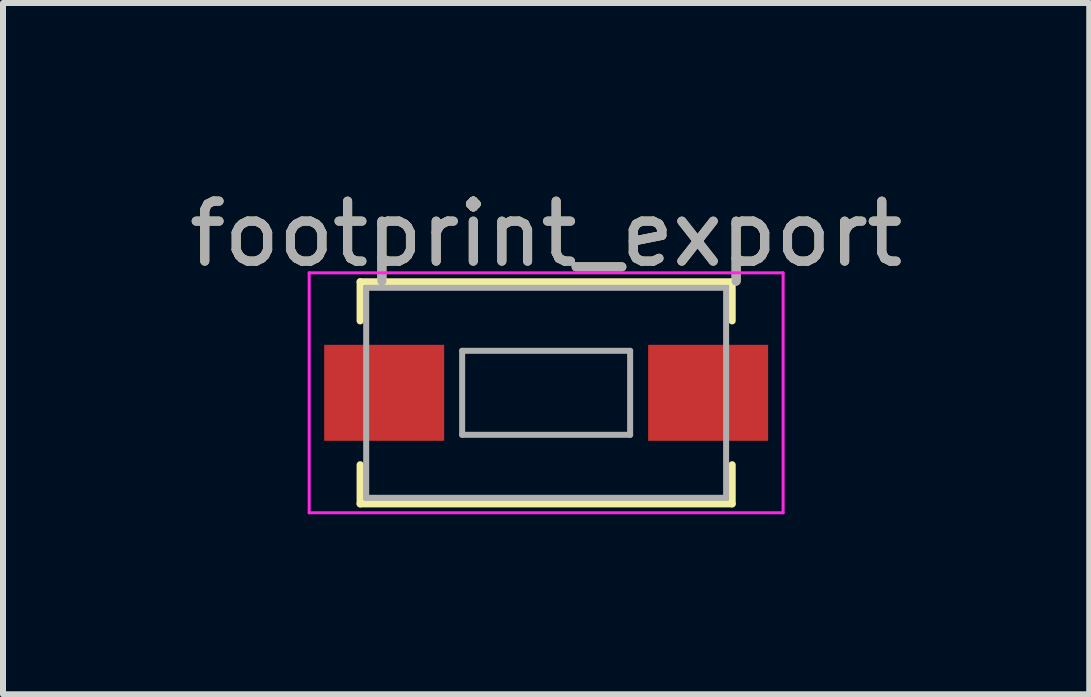
<source format=kicad_pcb>
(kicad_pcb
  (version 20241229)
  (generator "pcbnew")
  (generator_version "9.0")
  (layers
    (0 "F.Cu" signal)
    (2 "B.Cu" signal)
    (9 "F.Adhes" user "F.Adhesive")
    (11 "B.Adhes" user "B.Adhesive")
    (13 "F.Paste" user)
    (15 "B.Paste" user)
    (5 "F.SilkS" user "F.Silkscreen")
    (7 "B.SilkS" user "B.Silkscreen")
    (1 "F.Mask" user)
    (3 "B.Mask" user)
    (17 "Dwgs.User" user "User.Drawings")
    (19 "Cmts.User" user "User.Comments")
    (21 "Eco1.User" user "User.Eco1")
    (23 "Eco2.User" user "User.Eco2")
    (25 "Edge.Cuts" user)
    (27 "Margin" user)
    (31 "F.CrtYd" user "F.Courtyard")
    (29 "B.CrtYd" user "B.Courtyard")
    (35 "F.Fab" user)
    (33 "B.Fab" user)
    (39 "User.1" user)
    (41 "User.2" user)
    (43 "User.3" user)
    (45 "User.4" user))
  (footprint "footprint_export"
    (layer "F.Cu")
    (at 6.054 3.498)
    (property "Reference" "footprint_export" (at 0 -2.65 0) (layer "F.SilkS") (effects (font (size 1 1) (thickness 0.15))))
    (attr smd)
    (fp_line (start -3.1 -1.85) (end -3.1 -1.2) (stroke (width 0.12) (type solid)) (layer "F.SilkS"))
    (fp_line (start -3.1 1.2) (end -3.1 1.85) (stroke (width 0.12) (type solid)) (layer "F.SilkS"))
    (fp_line (start -3.1 1.85) (end 3.1 1.85) (stroke (width 0.12) (type solid)) (layer "F.SilkS"))
    (fp_line (start 3.1 -1.85) (end -3.1 -1.85) (stroke (width 0.12) (type solid)) (layer "F.SilkS"))
    (fp_line (start 3.1 -1.85) (end 3.1 -1.2) (stroke (width 0.12) (type solid)) (layer "F.SilkS"))
    (fp_line (start 3.1 1.85) (end 3.1 1.2) (stroke (width 0.12) (type solid)) (layer "F.SilkS"))
    (fp_line (start -3.95 -2) (end 3.95 -2) (stroke (width 0.05) (type solid)) (layer "F.CrtYd"))
    (fp_line (start -3.95 2) (end -3.95 -2) (stroke (width 0.05) (type solid)) (layer "F.CrtYd"))
    (fp_line (start 3.95 -2) (end 3.95 2) (stroke (width 0.05) (type solid)) (layer "F.CrtYd"))
    (fp_line (start 3.95 2) (end -3.95 2) (stroke (width 0.05) (type solid)) (layer "F.CrtYd"))
    (fp_line (start -3 -1.75) (end 3 -1.75) (stroke (width 0.1) (type solid)) (layer "F.Fab"))
    (fp_line (start -3 1.75) (end -3 -1.75) (stroke (width 0.1) (type solid)) (layer "F.Fab"))
    (fp_line (start -1.4 -0.7) (end 1.4 -0.7) (stroke (width 0.1) (type solid)) (layer "F.Fab"))
    (fp_line (start -1.4 0.7) (end -1.4 -0.7) (stroke (width 0.1) (type solid)) (layer "F.Fab"))
    (fp_line (start 1.4 -0.7) (end 1.4 0.7) (stroke (width 0.1) (type solid)) (layer "F.Fab"))
    (fp_line (start 1.4 0.7) (end -1.4 0.7) (stroke (width 0.1) (type solid)) (layer "F.Fab"))
    (fp_line (start 3 -1.75) (end 3 1.75) (stroke (width 0.1) (type solid)) (layer "F.Fab"))
    (fp_line (start 3 1.75) (end -3 1.75) (stroke (width 0.1) (type solid)) (layer "F.Fab"))
    (fp_text user "${REFERENCE}" (at 0 -2.65 0) (layer "F.Fab") (effects (font (size 1 1) (thickness 0.15))))
    (pad "1" smd rect (at -2.7 0) (size 2 1.6) (layers "F.Cu" "F.Mask" "F.Paste"))
    (pad "2" smd rect (at 2.7 0) (size 2 1.6) (layers "F.Cu" "F.Mask" "F.Paste")))
  (gr_rect
    (start -3 -3)
    (end 15.107 8.523)
    (stroke (width 0.1) (type default))
    (fill no)
    (layer "Edge.Cuts")))
</source>
